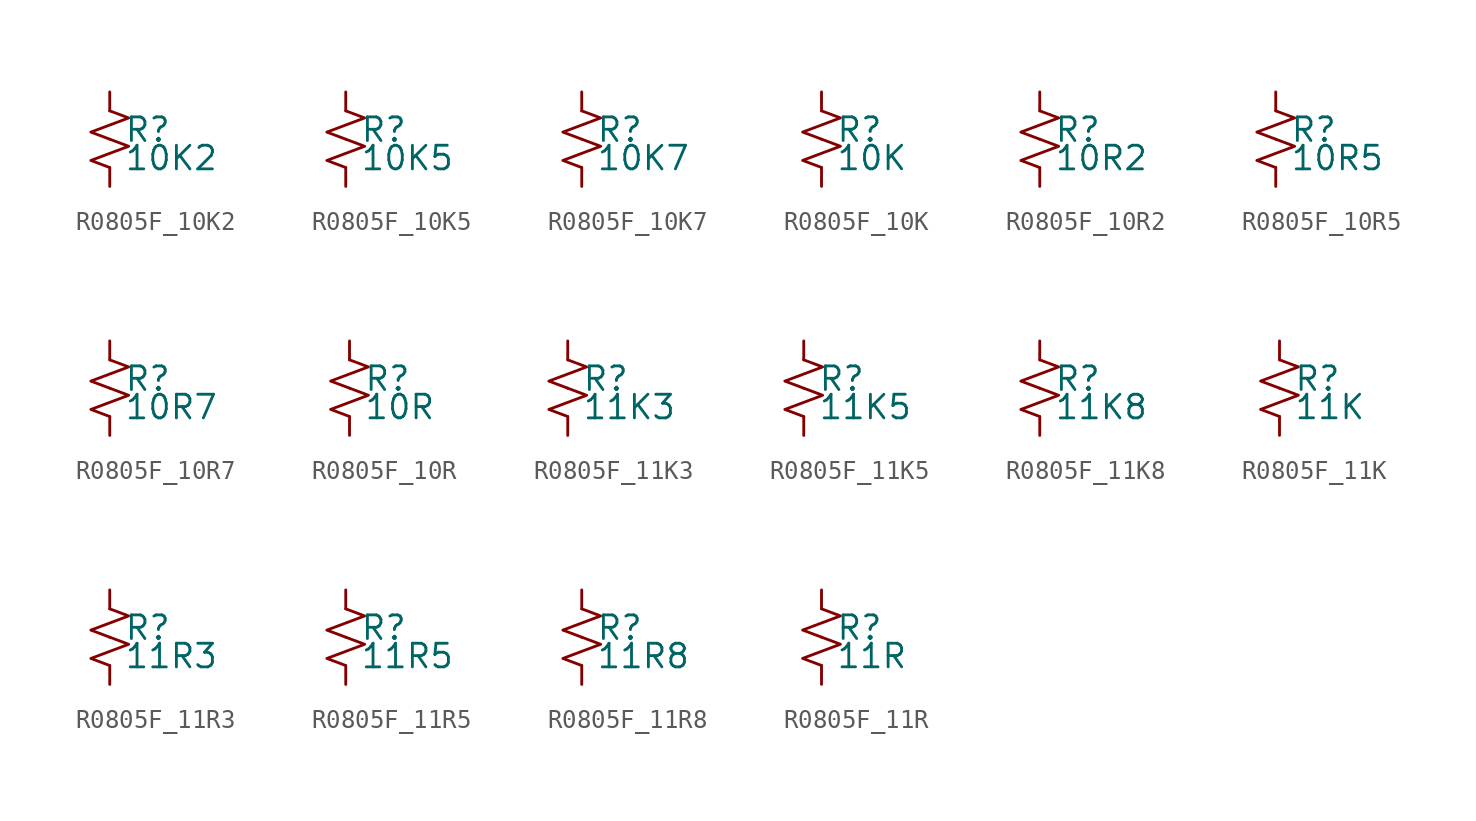
<source format=kicad_sym>
(kicad_symbol_lib
  (version 20220914)
  (generator kicad_symbol_editor)
  (symbol "R0805F_10K2"
    (pin_numbers hide)
    (pin_names
      (offset 0.254) hide)
    (property "Reference" "R"
      (at 0.762 0.508 0)
      (effects (font (size 1.27 1.27)) (justify left)))
    (property "Value" "10K2"
      (at 0.762 -1.016 0)
      (effects (font (size 1.27 1.27)) (justify left)))
    (symbol "R0805F_10K2_1_1"
      (polyline (pts (xy 0 0) (xy 1.016 -0.381) (xy 0 -0.762) (xy -1.016 -1.143) (xy 0 -1.524)) (stroke (width 0) (type default)) (fill (type none)))
      (polyline (pts (xy 0 1.524) (xy 1.016 1.143) (xy 0 0.762) (xy -1.016 0.381) (xy 0 0)) (stroke (width 0) (type default)) (fill (type none)))
      (pin passive line (at 0 2.54 270) (length 1.016) (name "~" (effects (font (size 1.27 1.27)))) (number "1" (effects (font (size 1.27 1.27)))))
      (pin passive line (at 0 -2.54 90) (length 1.016) (name "~" (effects (font (size 1.27 1.27)))) (number "2" (effects (font (size 1.27 1.27)))))))
  (symbol "R0805F_10K5"
    (pin_numbers hide)
    (pin_names
      (offset 0.254) hide)
    (property "Reference" "R"
      (at 0.762 0.508 0)
      (effects (font (size 1.27 1.27)) (justify left)))
    (property "Value" "10K5"
      (at 0.762 -1.016 0)
      (effects (font (size 1.27 1.27)) (justify left)))
    (symbol "R0805F_10K5_1_1"
      (polyline (pts (xy 0 0) (xy 1.016 -0.381) (xy 0 -0.762) (xy -1.016 -1.143) (xy 0 -1.524)) (stroke (width 0) (type default)) (fill (type none)))
      (polyline (pts (xy 0 1.524) (xy 1.016 1.143) (xy 0 0.762) (xy -1.016 0.381) (xy 0 0)) (stroke (width 0) (type default)) (fill (type none)))
      (pin passive line (at 0 2.54 270) (length 1.016) (name "~" (effects (font (size 1.27 1.27)))) (number "1" (effects (font (size 1.27 1.27)))))
      (pin passive line (at 0 -2.54 90) (length 1.016) (name "~" (effects (font (size 1.27 1.27)))) (number "2" (effects (font (size 1.27 1.27)))))))
  (symbol "R0805F_10K7"
    (pin_numbers hide)
    (pin_names
      (offset 0.254) hide)
    (property "Reference" "R"
      (at 0.762 0.508 0)
      (effects (font (size 1.27 1.27)) (justify left)))
    (property "Value" "10K7"
      (at 0.762 -1.016 0)
      (effects (font (size 1.27 1.27)) (justify left)))
    (symbol "R0805F_10K7_1_1"
      (polyline (pts (xy 0 0) (xy 1.016 -0.381) (xy 0 -0.762) (xy -1.016 -1.143) (xy 0 -1.524)) (stroke (width 0) (type default)) (fill (type none)))
      (polyline (pts (xy 0 1.524) (xy 1.016 1.143) (xy 0 0.762) (xy -1.016 0.381) (xy 0 0)) (stroke (width 0) (type default)) (fill (type none)))
      (pin passive line (at 0 2.54 270) (length 1.016) (name "~" (effects (font (size 1.27 1.27)))) (number "1" (effects (font (size 1.27 1.27)))))
      (pin passive line (at 0 -2.54 90) (length 1.016) (name "~" (effects (font (size 1.27 1.27)))) (number "2" (effects (font (size 1.27 1.27)))))))
  (symbol "R0805F_10K"
    (pin_numbers hide)
    (pin_names
      (offset 0.254) hide)
    (property "Reference" "R"
      (at 0.762 0.508 0)
      (effects (font (size 1.27 1.27)) (justify left)))
    (property "Value" "10K"
      (at 0.762 -1.016 0)
      (effects (font (size 1.27 1.27)) (justify left)))
    (symbol "R0805F_10K_1_1"
      (polyline (pts (xy 0 0) (xy 1.016 -0.381) (xy 0 -0.762) (xy -1.016 -1.143) (xy 0 -1.524)) (stroke (width 0) (type default)) (fill (type none)))
      (polyline (pts (xy 0 1.524) (xy 1.016 1.143) (xy 0 0.762) (xy -1.016 0.381) (xy 0 0)) (stroke (width 0) (type default)) (fill (type none)))
      (pin passive line (at 0 2.54 270) (length 1.016) (name "~" (effects (font (size 1.27 1.27)))) (number "1" (effects (font (size 1.27 1.27)))))
      (pin passive line (at 0 -2.54 90) (length 1.016) (name "~" (effects (font (size 1.27 1.27)))) (number "2" (effects (font (size 1.27 1.27)))))))
  (symbol "R0805F_10R2"
    (pin_numbers hide)
    (pin_names
      (offset 0.254) hide)
    (property "Reference" "R"
      (at 0.762 0.508 0)
      (effects (font (size 1.27 1.27)) (justify left)))
    (property "Value" "10R2"
      (at 0.762 -1.016 0)
      (effects (font (size 1.27 1.27)) (justify left)))
    (symbol "R0805F_10R2_1_1"
      (polyline (pts (xy 0 0) (xy 1.016 -0.381) (xy 0 -0.762) (xy -1.016 -1.143) (xy 0 -1.524)) (stroke (width 0) (type default)) (fill (type none)))
      (polyline (pts (xy 0 1.524) (xy 1.016 1.143) (xy 0 0.762) (xy -1.016 0.381) (xy 0 0)) (stroke (width 0) (type default)) (fill (type none)))
      (pin passive line (at 0 2.54 270) (length 1.016) (name "~" (effects (font (size 1.27 1.27)))) (number "1" (effects (font (size 1.27 1.27)))))
      (pin passive line (at 0 -2.54 90) (length 1.016) (name "~" (effects (font (size 1.27 1.27)))) (number "2" (effects (font (size 1.27 1.27)))))))
  (symbol "R0805F_10R5"
    (pin_numbers hide)
    (pin_names
      (offset 0.254) hide)
    (property "Reference" "R"
      (at 0.762 0.508 0)
      (effects (font (size 1.27 1.27)) (justify left)))
    (property "Value" "10R5"
      (at 0.762 -1.016 0)
      (effects (font (size 1.27 1.27)) (justify left)))
    (symbol "R0805F_10R5_1_1"
      (polyline (pts (xy 0 0) (xy 1.016 -0.381) (xy 0 -0.762) (xy -1.016 -1.143) (xy 0 -1.524)) (stroke (width 0) (type default)) (fill (type none)))
      (polyline (pts (xy 0 1.524) (xy 1.016 1.143) (xy 0 0.762) (xy -1.016 0.381) (xy 0 0)) (stroke (width 0) (type default)) (fill (type none)))
      (pin passive line (at 0 2.54 270) (length 1.016) (name "~" (effects (font (size 1.27 1.27)))) (number "1" (effects (font (size 1.27 1.27)))))
      (pin passive line (at 0 -2.54 90) (length 1.016) (name "~" (effects (font (size 1.27 1.27)))) (number "2" (effects (font (size 1.27 1.27)))))))
  (symbol "R0805F_10R7"
    (pin_numbers hide)
    (pin_names
      (offset 0.254) hide)
    (property "Reference" "R"
      (at 0.762 0.508 0)
      (effects (font (size 1.27 1.27)) (justify left)))
    (property "Value" "10R7"
      (at 0.762 -1.016 0)
      (effects (font (size 1.27 1.27)) (justify left)))
    (symbol "R0805F_10R7_1_1"
      (polyline (pts (xy 0 0) (xy 1.016 -0.381) (xy 0 -0.762) (xy -1.016 -1.143) (xy 0 -1.524)) (stroke (width 0) (type default)) (fill (type none)))
      (polyline (pts (xy 0 1.524) (xy 1.016 1.143) (xy 0 0.762) (xy -1.016 0.381) (xy 0 0)) (stroke (width 0) (type default)) (fill (type none)))
      (pin passive line (at 0 2.54 270) (length 1.016) (name "~" (effects (font (size 1.27 1.27)))) (number "1" (effects (font (size 1.27 1.27)))))
      (pin passive line (at 0 -2.54 90) (length 1.016) (name "~" (effects (font (size 1.27 1.27)))) (number "2" (effects (font (size 1.27 1.27)))))))
  (symbol "R0805F_10R"
    (pin_numbers hide)
    (pin_names
      (offset 0.254) hide)
    (property "Reference" "R"
      (at 0.762 0.508 0)
      (effects (font (size 1.27 1.27)) (justify left)))
    (property "Value" "10R"
      (at 0.762 -1.016 0)
      (effects (font (size 1.27 1.27)) (justify left)))
    (symbol "R0805F_10R_1_1"
      (polyline (pts (xy 0 0) (xy 1.016 -0.381) (xy 0 -0.762) (xy -1.016 -1.143) (xy 0 -1.524)) (stroke (width 0) (type default)) (fill (type none)))
      (polyline (pts (xy 0 1.524) (xy 1.016 1.143) (xy 0 0.762) (xy -1.016 0.381) (xy 0 0)) (stroke (width 0) (type default)) (fill (type none)))
      (pin passive line (at 0 2.54 270) (length 1.016) (name "~" (effects (font (size 1.27 1.27)))) (number "1" (effects (font (size 1.27 1.27)))))
      (pin passive line (at 0 -2.54 90) (length 1.016) (name "~" (effects (font (size 1.27 1.27)))) (number "2" (effects (font (size 1.27 1.27)))))))
  (symbol "R0805F_11K3"
    (pin_numbers hide)
    (pin_names
      (offset 0.254) hide)
    (property "Reference" "R"
      (at 0.762 0.508 0)
      (effects (font (size 1.27 1.27)) (justify left)))
    (property "Value" "11K3"
      (at 0.762 -1.016 0)
      (effects (font (size 1.27 1.27)) (justify left)))
    (symbol "R0805F_11K3_1_1"
      (polyline (pts (xy 0 0) (xy 1.016 -0.381) (xy 0 -0.762) (xy -1.016 -1.143) (xy 0 -1.524)) (stroke (width 0) (type default)) (fill (type none)))
      (polyline (pts (xy 0 1.524) (xy 1.016 1.143) (xy 0 0.762) (xy -1.016 0.381) (xy 0 0)) (stroke (width 0) (type default)) (fill (type none)))
      (pin passive line (at 0 2.54 270) (length 1.016) (name "~" (effects (font (size 1.27 1.27)))) (number "1" (effects (font (size 1.27 1.27)))))
      (pin passive line (at 0 -2.54 90) (length 1.016) (name "~" (effects (font (size 1.27 1.27)))) (number "2" (effects (font (size 1.27 1.27)))))))
  (symbol "R0805F_11K5"
    (pin_numbers hide)
    (pin_names
      (offset 0.254) hide)
    (property "Reference" "R"
      (at 0.762 0.508 0)
      (effects (font (size 1.27 1.27)) (justify left)))
    (property "Value" "11K5"
      (at 0.762 -1.016 0)
      (effects (font (size 1.27 1.27)) (justify left)))
    (symbol "R0805F_11K5_1_1"
      (polyline (pts (xy 0 0) (xy 1.016 -0.381) (xy 0 -0.762) (xy -1.016 -1.143) (xy 0 -1.524)) (stroke (width 0) (type default)) (fill (type none)))
      (polyline (pts (xy 0 1.524) (xy 1.016 1.143) (xy 0 0.762) (xy -1.016 0.381) (xy 0 0)) (stroke (width 0) (type default)) (fill (type none)))
      (pin passive line (at 0 2.54 270) (length 1.016) (name "~" (effects (font (size 1.27 1.27)))) (number "1" (effects (font (size 1.27 1.27)))))
      (pin passive line (at 0 -2.54 90) (length 1.016) (name "~" (effects (font (size 1.27 1.27)))) (number "2" (effects (font (size 1.27 1.27)))))))
  (symbol "R0805F_11K8"
    (pin_numbers hide)
    (pin_names
      (offset 0.254) hide)
    (property "Reference" "R"
      (at 0.762 0.508 0)
      (effects (font (size 1.27 1.27)) (justify left)))
    (property "Value" "11K8"
      (at 0.762 -1.016 0)
      (effects (font (size 1.27 1.27)) (justify left)))
    (symbol "R0805F_11K8_1_1"
      (polyline (pts (xy 0 0) (xy 1.016 -0.381) (xy 0 -0.762) (xy -1.016 -1.143) (xy 0 -1.524)) (stroke (width 0) (type default)) (fill (type none)))
      (polyline (pts (xy 0 1.524) (xy 1.016 1.143) (xy 0 0.762) (xy -1.016 0.381) (xy 0 0)) (stroke (width 0) (type default)) (fill (type none)))
      (pin passive line (at 0 2.54 270) (length 1.016) (name "~" (effects (font (size 1.27 1.27)))) (number "1" (effects (font (size 1.27 1.27)))))
      (pin passive line (at 0 -2.54 90) (length 1.016) (name "~" (effects (font (size 1.27 1.27)))) (number "2" (effects (font (size 1.27 1.27)))))))
  (symbol "R0805F_11K"
    (pin_numbers hide)
    (pin_names
      (offset 0.254) hide)
    (property "Reference" "R"
      (at 0.762 0.508 0)
      (effects (font (size 1.27 1.27)) (justify left)))
    (property "Value" "11K"
      (at 0.762 -1.016 0)
      (effects (font (size 1.27 1.27)) (justify left)))
    (symbol "R0805F_11K_1_1"
      (polyline (pts (xy 0 0) (xy 1.016 -0.381) (xy 0 -0.762) (xy -1.016 -1.143) (xy 0 -1.524)) (stroke (width 0) (type default)) (fill (type none)))
      (polyline (pts (xy 0 1.524) (xy 1.016 1.143) (xy 0 0.762) (xy -1.016 0.381) (xy 0 0)) (stroke (width 0) (type default)) (fill (type none)))
      (pin passive line (at 0 2.54 270) (length 1.016) (name "~" (effects (font (size 1.27 1.27)))) (number "1" (effects (font (size 1.27 1.27)))))
      (pin passive line (at 0 -2.54 90) (length 1.016) (name "~" (effects (font (size 1.27 1.27)))) (number "2" (effects (font (size 1.27 1.27)))))))
  (symbol "R0805F_11R3"
    (pin_numbers hide)
    (pin_names
      (offset 0.254) hide)
    (property "Reference" "R"
      (at 0.762 0.508 0)
      (effects (font (size 1.27 1.27)) (justify left)))
    (property "Value" "11R3"
      (at 0.762 -1.016 0)
      (effects (font (size 1.27 1.27)) (justify left)))
    (symbol "R0805F_11R3_1_1"
      (polyline (pts (xy 0 0) (xy 1.016 -0.381) (xy 0 -0.762) (xy -1.016 -1.143) (xy 0 -1.524)) (stroke (width 0) (type default)) (fill (type none)))
      (polyline (pts (xy 0 1.524) (xy 1.016 1.143) (xy 0 0.762) (xy -1.016 0.381) (xy 0 0)) (stroke (width 0) (type default)) (fill (type none)))
      (pin passive line (at 0 2.54 270) (length 1.016) (name "~" (effects (font (size 1.27 1.27)))) (number "1" (effects (font (size 1.27 1.27)))))
      (pin passive line (at 0 -2.54 90) (length 1.016) (name "~" (effects (font (size 1.27 1.27)))) (number "2" (effects (font (size 1.27 1.27)))))))
  (symbol "R0805F_11R5"
    (pin_numbers hide)
    (pin_names
      (offset 0.254) hide)
    (property "Reference" "R"
      (at 0.762 0.508 0)
      (effects (font (size 1.27 1.27)) (justify left)))
    (property "Value" "11R5"
      (at 0.762 -1.016 0)
      (effects (font (size 1.27 1.27)) (justify left)))
    (symbol "R0805F_11R5_1_1"
      (polyline (pts (xy 0 0) (xy 1.016 -0.381) (xy 0 -0.762) (xy -1.016 -1.143) (xy 0 -1.524)) (stroke (width 0) (type default)) (fill (type none)))
      (polyline (pts (xy 0 1.524) (xy 1.016 1.143) (xy 0 0.762) (xy -1.016 0.381) (xy 0 0)) (stroke (width 0) (type default)) (fill (type none)))
      (pin passive line (at 0 2.54 270) (length 1.016) (name "~" (effects (font (size 1.27 1.27)))) (number "1" (effects (font (size 1.27 1.27)))))
      (pin passive line (at 0 -2.54 90) (length 1.016) (name "~" (effects (font (size 1.27 1.27)))) (number "2" (effects (font (size 1.27 1.27)))))))
  (symbol "R0805F_11R8"
    (pin_numbers hide)
    (pin_names
      (offset 0.254) hide)
    (property "Reference" "R"
      (at 0.762 0.508 0)
      (effects (font (size 1.27 1.27)) (justify left)))
    (property "Value" "11R8"
      (at 0.762 -1.016 0)
      (effects (font (size 1.27 1.27)) (justify left)))
    (symbol "R0805F_11R8_1_1"
      (polyline (pts (xy 0 0) (xy 1.016 -0.381) (xy 0 -0.762) (xy -1.016 -1.143) (xy 0 -1.524)) (stroke (width 0) (type default)) (fill (type none)))
      (polyline (pts (xy 0 1.524) (xy 1.016 1.143) (xy 0 0.762) (xy -1.016 0.381) (xy 0 0)) (stroke (width 0) (type default)) (fill (type none)))
      (pin passive line (at 0 2.54 270) (length 1.016) (name "~" (effects (font (size 1.27 1.27)))) (number "1" (effects (font (size 1.27 1.27)))))
      (pin passive line (at 0 -2.54 90) (length 1.016) (name "~" (effects (font (size 1.27 1.27)))) (number "2" (effects (font (size 1.27 1.27)))))))
  (symbol "R0805F_11R"
    (pin_numbers hide)
    (pin_names
      (offset 0.254) hide)
    (property "Reference" "R"
      (at 0.762 0.508 0)
      (effects (font (size 1.27 1.27)) (justify left)))
    (property "Value" "11R"
      (at 0.762 -1.016 0)
      (effects (font (size 1.27 1.27)) (justify left)))
    (symbol "R0805F_11R_1_1"
      (polyline (pts (xy 0 0) (xy 1.016 -0.381) (xy 0 -0.762) (xy -1.016 -1.143) (xy 0 -1.524)) (stroke (width 0) (type default)) (fill (type none)))
      (polyline (pts (xy 0 1.524) (xy 1.016 1.143) (xy 0 0.762) (xy -1.016 0.381) (xy 0 0)) (stroke (width 0) (type default)) (fill (type none)))
      (pin passive line (at 0 2.54 270) (length 1.016) (name "~" (effects (font (size 1.27 1.27)))) (number "1" (effects (font (size 1.27 1.27)))))
      (pin passive line (at 0 -2.54 90) (length 1.016) (name "~" (effects (font (size 1.27 1.27)))) (number "2" (effects (font (size 1.27 1.27))))))))
</source>
